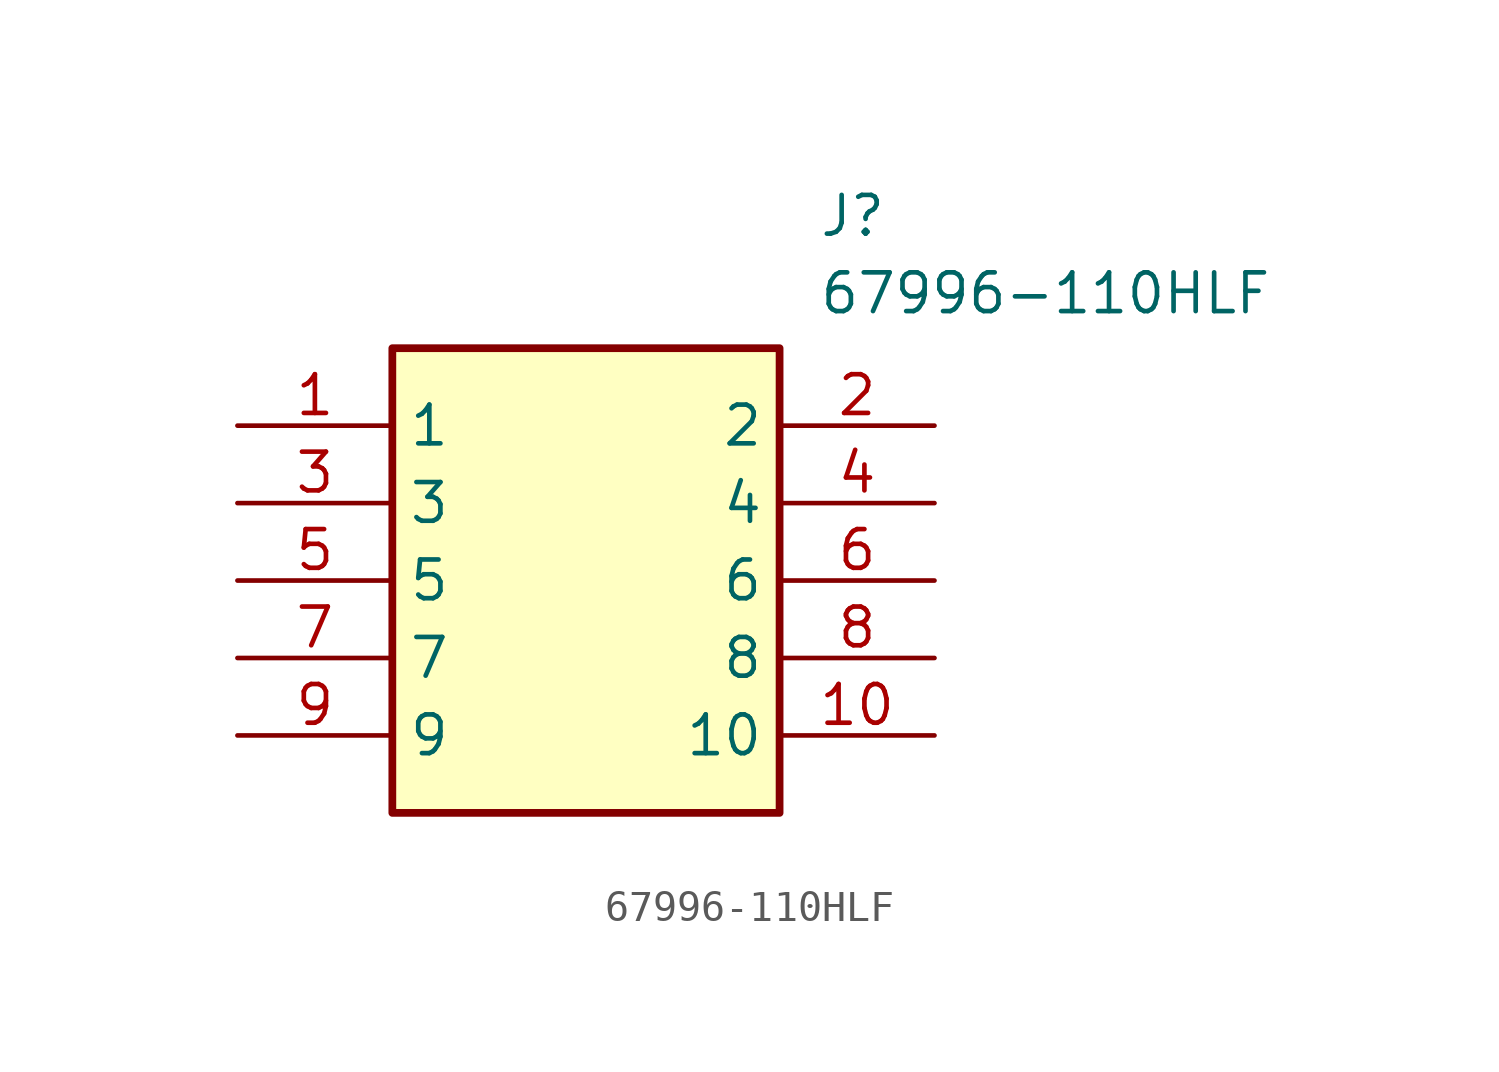
<source format=kicad_sym>
(kicad_symbol_lib
  (version 20211014)
  (generator SamacSys_ECAD_Model)
  (symbol "67996-110HLF"
    (property "Reference" "J"
      (at 19.05 7.62 0)
      (effects (font (size 1.27 1.27)) (justify left top)))
    (property "Value" "67996-110HLF"
      (at 19.05 5.08 0)
      (effects (font (size 1.27 1.27)) (justify left top)))
    (rectangle
      (start 5.08 2.54)
      (end 17.78 -12.7)
      (stroke (width 0.254) (type default))
      (fill (type background)))
    (pin passive line
      (at 0 0 0)
      (length 5.08)
      (name "1" (effects (font (size 1.27 1.27))))
      (number "1" (effects (font (size 1.27 1.27)))))
    (pin passive line
      (at 0 -2.54 0)
      (length 5.08)
      (name "3" (effects (font (size 1.27 1.27))))
      (number "3" (effects (font (size 1.27 1.27)))))
    (pin passive line
      (at 0 -5.08 0)
      (length 5.08)
      (name "5" (effects (font (size 1.27 1.27))))
      (number "5" (effects (font (size 1.27 1.27)))))
    (pin passive line
      (at 0 -7.62 0)
      (length 5.08)
      (name "7" (effects (font (size 1.27 1.27))))
      (number "7" (effects (font (size 1.27 1.27)))))
    (pin passive line
      (at 0 -10.16 0)
      (length 5.08)
      (name "9" (effects (font (size 1.27 1.27))))
      (number "9" (effects (font (size 1.27 1.27)))))
    (pin passive line
      (at 22.86 0 180)
      (length 5.08)
      (name "2" (effects (font (size 1.27 1.27))))
      (number "2" (effects (font (size 1.27 1.27)))))
    (pin passive line
      (at 22.86 -2.54 180)
      (length 5.08)
      (name "4" (effects (font (size 1.27 1.27))))
      (number "4" (effects (font (size 1.27 1.27)))))
    (pin passive line
      (at 22.86 -5.08 180)
      (length 5.08)
      (name "6" (effects (font (size 1.27 1.27))))
      (number "6" (effects (font (size 1.27 1.27)))))
    (pin passive line
      (at 22.86 -7.62 180)
      (length 5.08)
      (name "8" (effects (font (size 1.27 1.27))))
      (number "8" (effects (font (size 1.27 1.27)))))
    (pin passive line
      (at 22.86 -10.16 180)
      (length 5.08)
      (name "10" (effects (font (size 1.27 1.27))))
      (number "10" (effects (font (size 1.27 1.27)))))))
</source>
